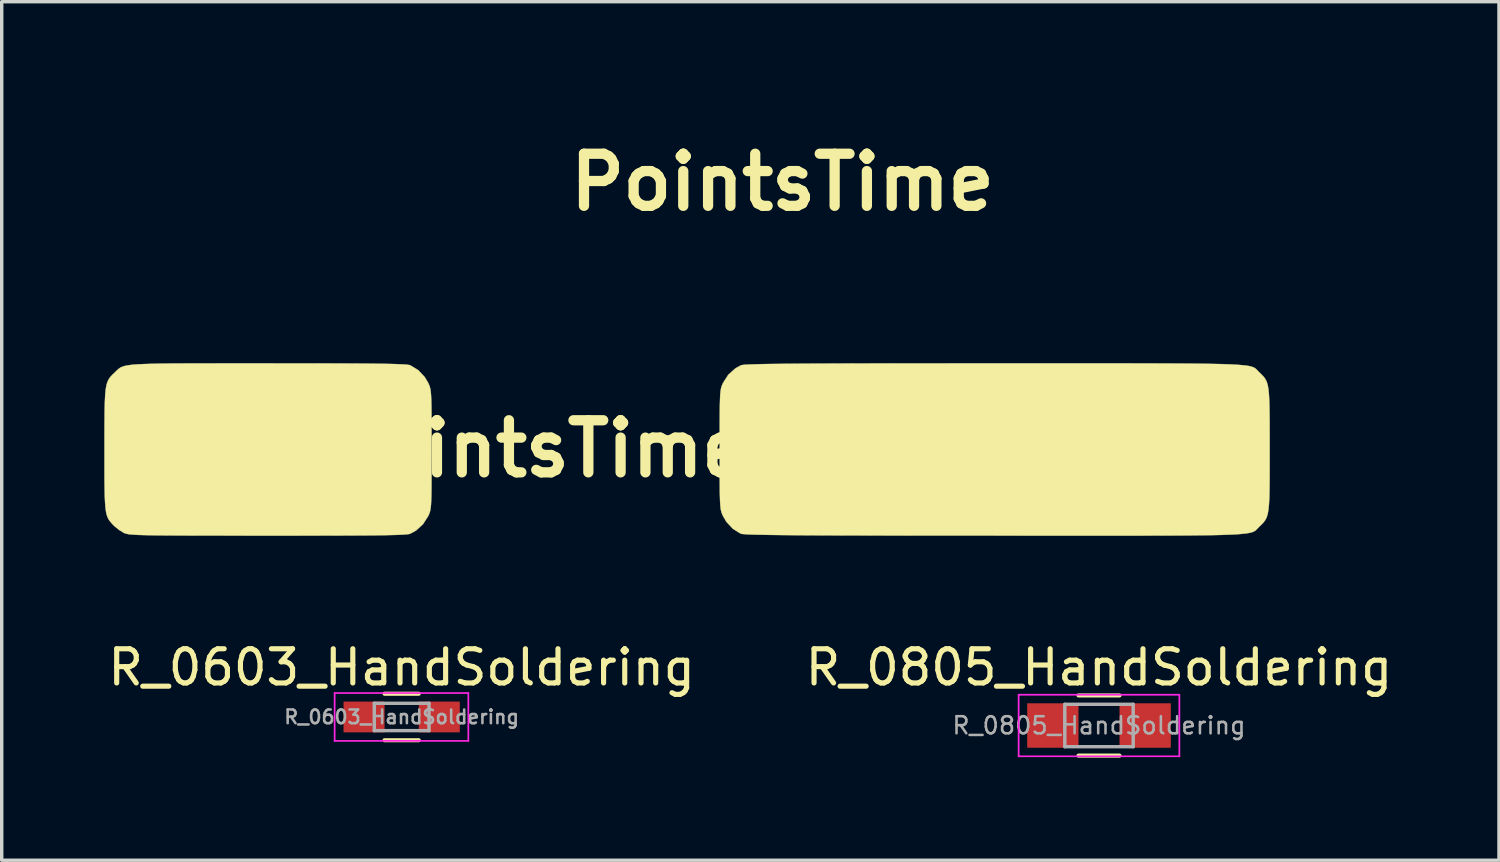
<source format=kicad_pcb>
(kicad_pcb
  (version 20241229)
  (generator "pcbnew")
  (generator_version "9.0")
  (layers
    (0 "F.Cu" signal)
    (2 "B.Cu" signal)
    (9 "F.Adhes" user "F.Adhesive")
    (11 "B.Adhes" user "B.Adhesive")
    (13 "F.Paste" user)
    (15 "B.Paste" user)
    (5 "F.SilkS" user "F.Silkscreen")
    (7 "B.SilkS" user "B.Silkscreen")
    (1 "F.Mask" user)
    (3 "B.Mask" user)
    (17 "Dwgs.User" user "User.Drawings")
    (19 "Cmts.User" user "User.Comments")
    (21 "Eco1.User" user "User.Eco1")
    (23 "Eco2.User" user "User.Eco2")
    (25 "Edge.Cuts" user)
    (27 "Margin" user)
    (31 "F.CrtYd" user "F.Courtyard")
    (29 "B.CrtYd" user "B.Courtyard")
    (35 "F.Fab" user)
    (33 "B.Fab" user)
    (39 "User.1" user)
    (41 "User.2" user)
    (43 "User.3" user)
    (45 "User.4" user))
  (footprint "PointsTime_writing"
    (layer "F.Cu")
    (at 17.022 10.074)
    (property "Reference" "PointsTime_writing" (at 0 0 0) (layer "F.SilkS") (effects (font (size 1.524 1.524) (thickness 0.3))))
    (attr through_hole)
    (fp_poly (pts (xy -12.406 -2.498) (xy -12.234 -2.498) (xy -11.538 -2.497) (xy -10.922 -2.497) (xy -10.381 -2.496) (xy -9.911 -2.494) (xy -9.507 -2.492) (xy -9.164 -2.489) (xy -8.877 -2.485) (xy -8.642 -2.481) (xy -8.455 -2.475) (xy -8.31 -2.469) (xy -8.203 -2.462) (xy -8.129 -2.454) (xy -8.084 -2.444) (xy -8.074 -2.441) (xy -7.842 -2.3) (xy -7.65 -2.096) (xy -7.551 -1.928) (xy -7.526 -1.874) (xy -7.506 -1.822) (xy -7.49 -1.762) (xy -7.477 -1.688) (xy -7.468 -1.589) (xy -7.461 -1.457) (xy -7.456 -1.285) (xy -7.454 -1.062) (xy -7.452 -0.782) (xy -7.452 -0.434) (xy -7.451 -0.011) (xy -7.451 0.021) (xy -7.452 0.45) (xy -7.452 0.802) (xy -7.454 1.087) (xy -7.456 1.314) (xy -7.461 1.489) (xy -7.467 1.623) (xy -7.477 1.724) (xy -7.489 1.8) (xy -7.505 1.86) (xy -7.525 1.913) (xy -7.549 1.966) (xy -7.551 1.97) (xy -7.703 2.206) (xy -7.909 2.393) (xy -8.074 2.483) (xy -8.11 2.493) (xy -8.174 2.501) (xy -8.269 2.509) (xy -8.4 2.516) (xy -8.572 2.521) (xy -8.789 2.526) (xy -9.057 2.53) (xy -9.379 2.533) (xy -9.761 2.535) (xy -10.208 2.537) (xy -10.723 2.538) (xy -11.311 2.539) (xy -11.978 2.539) (xy -12.244 2.539) (xy -12.92 2.539) (xy -13.516 2.538) (xy -14.038 2.538) (xy -14.492 2.537) (xy -14.881 2.535) (xy -15.212 2.533) (xy -15.489 2.531) (xy -15.719 2.527) (xy -15.905 2.523) (xy -16.054 2.518) (xy -16.17 2.511) (xy -16.259 2.504) (xy -16.325 2.495) (xy -16.375 2.485) (xy -16.413 2.473) (xy -16.445 2.46) (xy -16.447 2.46) (xy -16.587 2.375) (xy -16.724 2.265) (xy -16.751 2.238) (xy -16.814 2.171) (xy -16.866 2.108) (xy -16.908 2.042) (xy -16.942 1.962) (xy -16.968 1.863) (xy -16.987 1.734) (xy -17 1.568) (xy -17.009 1.357) (xy -17.014 1.093) (xy -17.017 0.767) (xy -17.017 0.37) (xy -17.017 0.012) (xy -17.017 -0.446) (xy -17.015 -0.827) (xy -17.012 -1.139) (xy -17.005 -1.392) (xy -16.995 -1.593) (xy -16.978 -1.751) (xy -16.956 -1.873) (xy -16.925 -1.968) (xy -16.886 -2.044) (xy -16.838 -2.109) (xy -16.778 -2.172) (xy -16.716 -2.231) (xy -16.671 -2.275) (xy -16.631 -2.313) (xy -16.591 -2.347) (xy -16.545 -2.377) (xy -16.488 -2.402) (xy -16.415 -2.424) (xy -16.321 -2.442) (xy -16.201 -2.457) (xy -16.049 -2.469) (xy -15.86 -2.478) (xy -15.63 -2.485) (xy -15.352 -2.49) (xy -15.022 -2.494) (xy -14.635 -2.496) (xy -14.184 -2.497) (xy -13.666 -2.498) (xy -13.075 -2.498) (xy -12.406 -2.498)) (stroke (width 0.01) (type solid)) (fill yes) (layer "F.SilkS"))
    (fp_poly (pts (xy 12.279 -2.498) (xy 12.911 -2.498) (xy 13.477 -2.497) (xy 13.982 -2.495) (xy 14.428 -2.493) (xy 14.82 -2.49) (xy 15.161 -2.486) (xy 15.455 -2.481) (xy 15.706 -2.475) (xy 15.918 -2.467) (xy 16.094 -2.458) (xy 16.238 -2.447) (xy 16.355 -2.435) (xy 16.447 -2.421) (xy 16.519 -2.404) (xy 16.574 -2.386) (xy 16.617 -2.365) (xy 16.65 -2.342) (xy 16.678 -2.316) (xy 16.704 -2.288) (xy 16.733 -2.256) (xy 16.759 -2.231) (xy 16.828 -2.164) (xy 16.887 -2.101) (xy 16.934 -2.035) (xy 16.972 -1.958) (xy 17.001 -1.86) (xy 17.023 -1.735) (xy 17.038 -1.573) (xy 17.048 -1.366) (xy 17.054 -1.108) (xy 17.057 -0.788) (xy 17.058 -0.399) (xy 17.058 0.021) (xy 17.058 0.48) (xy 17.057 0.862) (xy 17.054 1.176) (xy 17.048 1.43) (xy 17.037 1.632) (xy 17.021 1.79) (xy 16.999 1.912) (xy 16.969 2.008) (xy 16.93 2.084) (xy 16.882 2.149) (xy 16.823 2.212) (xy 16.759 2.273) (xy 16.726 2.307) (xy 16.698 2.337) (xy 16.671 2.365) (xy 16.643 2.39) (xy 16.608 2.412) (xy 16.562 2.433) (xy 16.504 2.451) (xy 16.427 2.466) (xy 16.33 2.48) (xy 16.207 2.492) (xy 16.055 2.503) (xy 15.871 2.511) (xy 15.65 2.519) (xy 15.389 2.525) (xy 15.084 2.529) (xy 14.732 2.533) (xy 14.327 2.536) (xy 13.868 2.537) (xy 13.349 2.539) (xy 12.768 2.539) (xy 12.12 2.539) (xy 11.401 2.539) (xy 10.609 2.539) (xy 9.738 2.539) (xy 9.008 2.538) (xy 8.057 2.538) (xy 7.188 2.538) (xy 6.397 2.537) (xy 5.681 2.536) (xy 5.035 2.534) (xy 4.458 2.533) (xy 3.945 2.531) (xy 3.492 2.529) (xy 3.098 2.526) (xy 2.758 2.523) (xy 2.469 2.519) (xy 2.227 2.515) (xy 2.029 2.511) (xy 1.872 2.506) (xy 1.753 2.5) (xy 1.668 2.494) (xy 1.613 2.488) (xy 1.587 2.481) (xy 1.36 2.339) (xy 1.17 2.135) (xy 1.074 1.97) (xy 1.049 1.916) (xy 1.029 1.864) (xy 1.013 1.805) (xy 1 1.73) (xy 0.991 1.631) (xy 0.984 1.5) (xy 0.979 1.327) (xy 0.977 1.105) (xy 0.975 0.824) (xy 0.975 0.476) (xy 0.974 0.053) (xy 0.974 0.021) (xy 0.975 -0.407) (xy 0.975 -0.76) (xy 0.977 -1.045) (xy 0.979 -1.271) (xy 0.984 -1.447) (xy 0.99 -1.581) (xy 1 -1.682) (xy 1.012 -1.758) (xy 1.028 -1.818) (xy 1.048 -1.87) (xy 1.072 -1.924) (xy 1.074 -1.928) (xy 1.226 -2.164) (xy 1.432 -2.35) (xy 1.597 -2.441) (xy 1.626 -2.448) (xy 1.681 -2.455) (xy 1.763 -2.461) (xy 1.877 -2.466) (xy 2.026 -2.471) (xy 2.213 -2.476) (xy 2.443 -2.48) (xy 2.717 -2.483) (xy 3.041 -2.486) (xy 3.417 -2.489) (xy 3.85 -2.491) (xy 4.341 -2.493) (xy 4.895 -2.495) (xy 5.516 -2.496) (xy 6.206 -2.497) (xy 6.969 -2.497) (xy 7.81 -2.498) (xy 8.73 -2.498) (xy 9.017 -2.498) (xy 9.95 -2.498) (xy 10.802 -2.498) (xy 11.577 -2.498) (xy 12.279 -2.498)) (stroke (width 0.01) (type solid)) (fill yes) (layer "F.SilkS")))
  (footprint "R_0603_HandSoldering"
    (layer "F.Cu")
    (at 8.696 17.917)
    (property "Reference" "R_0603_HandSoldering" (at 0 -1.45 0) (layer "F.SilkS") (effects (font (size 1 1) (thickness 0.15))))
    (attr smd)
    (fp_line (start -0.5 -0.68) (end 0.5 -0.68) (stroke (width 0.12) (type solid)) (layer "F.SilkS"))
    (fp_line (start 0.5 0.68) (end -0.5 0.68) (stroke (width 0.12) (type solid)) (layer "F.SilkS"))
    (fp_line (start -1.96 -0.7) (end -1.96 0.7) (stroke (width 0.05) (type solid)) (layer "F.CrtYd"))
    (fp_line (start -1.96 -0.7) (end 1.95 -0.7) (stroke (width 0.05) (type solid)) (layer "F.CrtYd"))
    (fp_line (start 1.95 0.7) (end -1.96 0.7) (stroke (width 0.05) (type solid)) (layer "F.CrtYd"))
    (fp_line (start 1.95 0.7) (end 1.95 -0.7) (stroke (width 0.05) (type solid)) (layer "F.CrtYd"))
    (fp_line (start -0.8 -0.4) (end 0.8 -0.4) (stroke (width 0.1) (type solid)) (layer "F.Fab"))
    (fp_line (start -0.8 0.4) (end -0.8 -0.4) (stroke (width 0.1) (type solid)) (layer "F.Fab"))
    (fp_line (start 0.8 -0.4) (end 0.8 0.4) (stroke (width 0.1) (type solid)) (layer "F.Fab"))
    (fp_line (start 0.8 0.4) (end -0.8 0.4) (stroke (width 0.1) (type solid)) (layer "F.Fab"))
    (fp_text user "${REFERENCE}" (at 0 0 0) (layer "F.Fab") (effects (font (size 0.4 0.4) (thickness 0.075))))
    (pad "1" smd rect (at -1.1 0) (size 1.2 0.9) (layers "F.Cu" "F.Mask" "F.Paste"))
    (pad "2" smd rect (at 1.1 0) (size 1.2 0.9) (layers "F.Cu" "F.Mask" "F.Paste")))
  (footprint "PointsTime"
    (layer "F.Cu")
    (at 19.834 2.28)
    (property "Reference" "PointsTime" (at 0 0 0) (layer "F.SilkS") (effects (font (size 1.524 1.524) (thickness 0.3))))
    (attr through_hole)
    (fp_poly (pts (xy 2.316 -2.237) (xy 2.322 -2.23) (xy 2.342 -2.15) (xy 2.327 -2.021) (xy 2.287 -1.865) (xy 2.228 -1.708) (xy 2.158 -1.573) (xy 2.09 -1.487) (xy 2.033 -1.443) (xy 1.976 -1.415) (xy 1.9 -1.402) (xy 1.784 -1.401) (xy 1.611 -1.409) (xy 1.526 -1.414) (xy 1.32 -1.428) (xy 1.126 -1.443) (xy 0.973 -1.458) (xy 0.91 -1.465) (xy 0.741 -1.488) (xy 0.449 -0.31) (xy 0.35 0.089) (xy 0.267 0.416) (xy 0.196 0.681) (xy 0.135 0.892) (xy 0.078 1.059) (xy 0.023 1.193) (xy -0.035 1.303) (xy -0.099 1.399) (xy -0.173 1.491) (xy -0.262 1.587) (xy -0.307 1.635) (xy -0.603 1.947) (xy -0.185 1.945) (xy 0.036 1.941) (xy 0.265 1.931) (xy 0.462 1.917) (xy 0.519 1.911) (xy 0.692 1.899) (xy 0.785 1.911) (xy 0.795 1.945) (xy 0.725 2.003) (xy 0.573 2.083) (xy 0.561 2.088) (xy 0.404 2.155) (xy 0.246 2.206) (xy 0.07 2.242) (xy -0.137 2.266) (xy -0.392 2.28) (xy -0.709 2.285) (xy -0.882 2.286) (xy -1.625 2.286) (xy -1.482 2.138) (xy -1.373 2.046) (xy -1.272 1.995) (xy -1.241 1.99) (xy -1.084 1.962) (xy -0.916 1.89) (xy -0.773 1.793) (xy -0.718 1.734) (xy -0.679 1.674) (xy -0.642 1.605) (xy -0.604 1.518) (xy -0.563 1.404) (xy -0.516 1.256) (xy -0.461 1.065) (xy -0.395 0.823) (xy -0.316 0.521) (xy -0.222 0.15) (xy -0.147 -0.141) (xy 0.205 -1.531) (xy -0.437 -1.517) (xy -0.686 -1.511) (xy -0.866 -1.503) (xy -0.996 -1.491) (xy -1.091 -1.473) (xy -1.169 -1.445) (xy -1.247 -1.404) (xy -1.282 -1.384) (xy -1.498 -1.212) (xy -1.646 -0.994) (xy -1.724 -0.74) (xy -1.729 -0.458) (xy -1.659 -0.161) (xy -1.574 0.08) (xy -1.849 0.259) (xy -1.995 0.351) (xy -2.092 0.393) (xy -2.155 0.377) (xy -2.203 0.296) (xy -2.254 0.144) (xy -2.27 0.088) (xy -2.32 -0.22) (xy -2.291 -0.524) (xy -2.189 -0.816) (xy -2.019 -1.086) (xy -1.788 -1.326) (xy -1.499 -1.526) (xy -1.161 -1.68) (xy -1.126 -1.691) (xy -0.947 -1.745) (xy -0.77 -1.786) (xy -0.582 -1.815) (xy -0.369 -1.832) (xy -0.119 -1.838) (xy 0.182 -1.835) (xy 0.548 -1.823) (xy 0.754 -1.814) (xy 1.097 -1.799) (xy 1.365 -1.79) (xy 1.567 -1.787) (xy 1.712 -1.79) (xy 1.81 -1.799) (xy 1.869 -1.813) (xy 1.88 -1.818) (xy 1.956 -1.883) (xy 2.045 -1.994) (xy 2.1 -2.077) (xy 2.179 -2.205) (xy 2.232 -2.267) (xy 2.273 -2.275) (xy 2.316 -2.237)) (stroke (width 0.01) (type solid)) (fill yes) (layer "F.Mask"))
    (fp_poly (pts (xy -16.985 -2.103) (xy -16.976 -2.065) (xy -16.976 -2.037) (xy -16.968 -2.002) (xy -16.935 -1.978) (xy -16.862 -1.961) (xy -16.735 -1.95) (xy -16.539 -1.94) (xy -16.521 -1.939) (xy -16.187 -1.908) (xy -15.926 -1.846) (xy -15.734 -1.747) (xy -15.603 -1.609) (xy -15.527 -1.426) (xy -15.503 -1.258) (xy -15.524 -0.941) (xy -15.624 -0.641) (xy -15.8 -0.366) (xy -16.046 -0.122) (xy -16.359 0.085) (xy -16.44 0.127) (xy -16.734 0.256) (xy -17.019 0.352) (xy -17.272 0.409) (xy -17.43 0.423) (xy -17.54 0.44) (xy -17.599 0.5) (xy -17.607 0.519) (xy -17.63 0.596) (xy -17.665 0.729) (xy -17.707 0.902) (xy -17.753 1.097) (xy -17.799 1.297) (xy -17.84 1.485) (xy -17.873 1.643) (xy -17.894 1.753) (xy -17.899 1.8) (xy -17.899 1.8) (xy -17.854 1.803) (xy -17.741 1.8) (xy -17.576 1.794) (xy -17.375 1.784) (xy -17.335 1.782) (xy -17.127 1.773) (xy -16.948 1.77) (xy -16.816 1.773) (xy -16.75 1.782) (xy -16.746 1.784) (xy -16.757 1.819) (xy -16.83 1.869) (xy -16.95 1.928) (xy -17.096 1.987) (xy -17.252 2.038) (xy -17.397 2.074) (xy -17.501 2.086) (xy -17.676 2.096) (xy -17.906 2.105) (xy -18.178 2.112) (xy -18.477 2.116) (xy -18.725 2.117) (xy -19.829 2.117) (xy -19.541 1.82) (xy -18.51 1.82) (xy -18.379 1.344) (xy -18.338 1.191) (xy -18.283 0.976) (xy -18.216 0.713) (xy -18.142 0.416) (xy -18.066 0.114) (xy -17.476 0.114) (xy -17.468 0.143) (xy -17.339 0.165) (xy -17.161 0.153) (xy -16.961 0.11) (xy -16.95 0.107) (xy -16.693 -0.012) (xy -16.476 -0.198) (xy -16.305 -0.44) (xy -16.191 -0.726) (xy -16.146 -0.985) (xy -16.153 -1.246) (xy -16.223 -1.45) (xy -16.354 -1.596) (xy -16.545 -1.683) (xy -16.757 -1.71) (xy -16.897 -1.708) (xy -17.001 -1.698) (xy -17.04 -1.686) (xy -17.058 -1.638) (xy -17.093 -1.52) (xy -17.142 -1.345) (xy -17.201 -1.124) (xy -17.266 -0.871) (xy -17.292 -0.767) (xy -17.374 -0.429) (xy -17.432 -0.171) (xy -17.466 0.009) (xy -17.476 0.114) (xy -18.066 0.114) (xy -18.063 0.099) (xy -17.982 -0.225) (xy -17.905 -0.542) (xy -17.833 -0.839) (xy -17.769 -1.101) (xy -17.719 -1.316) (xy -17.684 -1.469) (xy -17.673 -1.518) (xy -17.644 -1.66) (xy -17.786 -1.631) (xy -18.038 -1.575) (xy -18.228 -1.514) (xy -18.38 -1.439) (xy -18.515 -1.34) (xy -18.605 -1.257) (xy -18.777 -1.058) (xy -18.889 -0.846) (xy -18.945 -0.606) (xy -18.949 -0.324) (xy -18.902 0.015) (xy -18.901 0.021) (xy -18.894 0.093) (xy -18.915 0.147) (xy -18.979 0.203) (xy -19.102 0.278) (xy -19.118 0.288) (xy -19.25 0.356) (xy -19.357 0.399) (xy -19.413 0.407) (xy -19.45 0.357) (xy -19.49 0.25) (xy -19.516 0.145) (xy -19.545 -0.19) (xy -19.495 -0.513) (xy -19.373 -0.818) (xy -19.183 -1.097) (xy -18.932 -1.345) (xy -18.626 -1.553) (xy -18.271 -1.717) (xy -17.871 -1.827) (xy -17.812 -1.838) (xy -17.612 -1.882) (xy -17.415 -1.938) (xy -17.258 -1.997) (xy -17.232 -2.01) (xy -17.097 -2.077) (xy -17.02 -2.107) (xy -16.985 -2.103)) (stroke (width 0.01) (type solid)) (fill yes) (layer "F.Mask")))
  (footprint "R_0805_HandSoldering"
    (layer "F.Cu")
    (at 29.089 18.167)
    (property "Reference" "R_0805_HandSoldering" (at 0 -1.7 0) (layer "F.SilkS") (effects (font (size 1 1) (thickness 0.15))))
    (attr smd)
    (fp_line (start -0.6 -0.88) (end 0.6 -0.88) (stroke (width 0.12) (type solid)) (layer "F.SilkS"))
    (fp_line (start 0.6 0.88) (end -0.6 0.88) (stroke (width 0.12) (type solid)) (layer "F.SilkS"))
    (fp_line (start -2.35 -0.9) (end -2.35 0.9) (stroke (width 0.05) (type solid)) (layer "F.CrtYd"))
    (fp_line (start -2.35 -0.9) (end 2.35 -0.9) (stroke (width 0.05) (type solid)) (layer "F.CrtYd"))
    (fp_line (start 2.35 0.9) (end -2.35 0.9) (stroke (width 0.05) (type solid)) (layer "F.CrtYd"))
    (fp_line (start 2.35 0.9) (end 2.35 -0.9) (stroke (width 0.05) (type solid)) (layer "F.CrtYd"))
    (fp_line (start -1 -0.62) (end 1 -0.62) (stroke (width 0.1) (type solid)) (layer "F.Fab"))
    (fp_line (start -1 0.62) (end -1 -0.62) (stroke (width 0.1) (type solid)) (layer "F.Fab"))
    (fp_line (start 1 -0.62) (end 1 0.62) (stroke (width 0.1) (type solid)) (layer "F.Fab"))
    (fp_line (start 1 0.62) (end -1 0.62) (stroke (width 0.1) (type solid)) (layer "F.Fab"))
    (fp_text user "${REFERENCE}" (at 0 0 0) (layer "F.Fab") (effects (font (size 0.5 0.5) (thickness 0.075))))
    (pad "1" smd rect (at -1.35 0) (size 1.5 1.3) (layers "F.Cu" "F.Mask" "F.Paste"))
    (pad "2" smd rect (at 1.35 0) (size 1.5 1.3) (layers "F.Cu" "F.Mask" "F.Paste")))
  (gr_rect
    (start -3 -3)
    (end 40.786 22.107)
    (stroke (width 0.1) (type default))
    (fill no)
    (layer "Edge.Cuts")))
</source>
